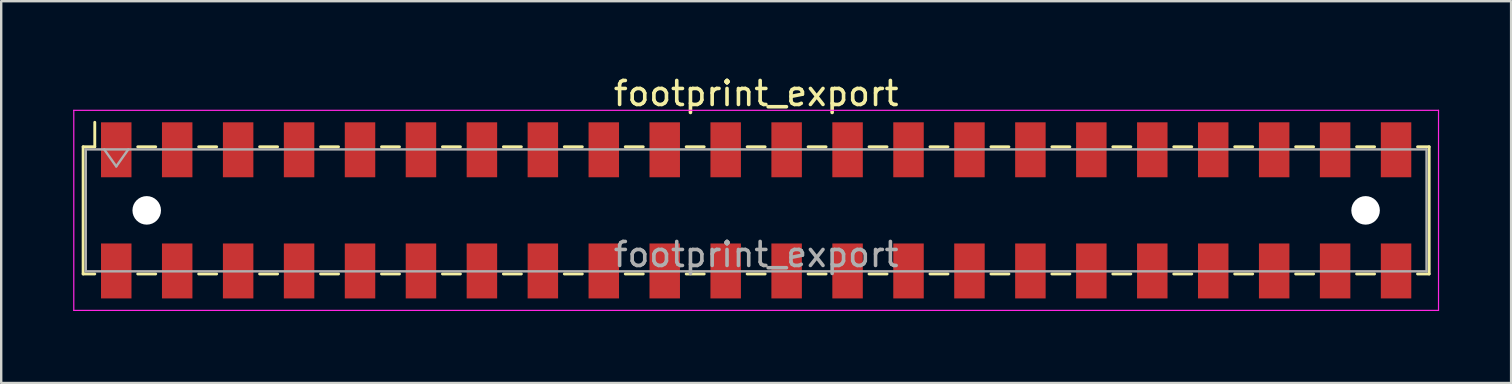
<source format=kicad_pcb>
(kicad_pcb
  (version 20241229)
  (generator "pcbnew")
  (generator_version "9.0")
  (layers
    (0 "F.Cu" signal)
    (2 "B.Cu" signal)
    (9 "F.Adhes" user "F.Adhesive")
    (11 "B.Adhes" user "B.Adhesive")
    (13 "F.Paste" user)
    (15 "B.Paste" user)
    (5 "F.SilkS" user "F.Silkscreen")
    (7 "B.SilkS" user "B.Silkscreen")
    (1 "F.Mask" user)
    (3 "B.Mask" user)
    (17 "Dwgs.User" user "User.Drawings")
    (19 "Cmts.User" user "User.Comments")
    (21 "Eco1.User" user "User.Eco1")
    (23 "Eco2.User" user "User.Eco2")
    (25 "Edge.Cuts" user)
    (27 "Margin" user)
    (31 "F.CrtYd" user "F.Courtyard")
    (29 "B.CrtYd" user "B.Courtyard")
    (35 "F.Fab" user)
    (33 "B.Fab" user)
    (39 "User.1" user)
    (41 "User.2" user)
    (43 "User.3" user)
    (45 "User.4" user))
  (footprint "footprint_export"
    (layer "F.Cu")
    (at 28.465 5.718)
    (property "Reference" "footprint_export" (at 0 -4.87 0) (layer "F.SilkS") (effects (font (size 1 1) (thickness 0.15))))
    (attr smd)
    (fp_line (start -28.05 -2.65) (end -28.05 2.65) (stroke (width 0.12) (type solid)) (layer "F.SilkS"))
    (fp_line (start -28.05 2.65) (end -27.565 2.65) (stroke (width 0.12) (type solid)) (layer "F.SilkS"))
    (fp_line (start -27.565 -3.67) (end -27.565 -2.65) (stroke (width 0.12) (type solid)) (layer "F.SilkS"))
    (fp_line (start -27.565 -2.65) (end -28.05 -2.65) (stroke (width 0.12) (type solid)) (layer "F.SilkS"))
    (fp_line (start -25.775 -2.65) (end -25.025 -2.65) (stroke (width 0.12) (type solid)) (layer "F.SilkS"))
    (fp_line (start -25.775 2.65) (end -25.025 2.65) (stroke (width 0.12) (type solid)) (layer "F.SilkS"))
    (fp_line (start -23.235 -2.65) (end -22.485 -2.65) (stroke (width 0.12) (type solid)) (layer "F.SilkS"))
    (fp_line (start -23.235 2.65) (end -22.485 2.65) (stroke (width 0.12) (type solid)) (layer "F.SilkS"))
    (fp_line (start -20.695 -2.65) (end -19.945 -2.65) (stroke (width 0.12) (type solid)) (layer "F.SilkS"))
    (fp_line (start -20.695 2.65) (end -19.945 2.65) (stroke (width 0.12) (type solid)) (layer "F.SilkS"))
    (fp_line (start -18.155 -2.65) (end -17.405 -2.65) (stroke (width 0.12) (type solid)) (layer "F.SilkS"))
    (fp_line (start -18.155 2.65) (end -17.405 2.65) (stroke (width 0.12) (type solid)) (layer "F.SilkS"))
    (fp_line (start -15.615 -2.65) (end -14.865 -2.65) (stroke (width 0.12) (type solid)) (layer "F.SilkS"))
    (fp_line (start -15.615 2.65) (end -14.865 2.65) (stroke (width 0.12) (type solid)) (layer "F.SilkS"))
    (fp_line (start -13.075 -2.65) (end -12.325 -2.65) (stroke (width 0.12) (type solid)) (layer "F.SilkS"))
    (fp_line (start -13.075 2.65) (end -12.325 2.65) (stroke (width 0.12) (type solid)) (layer "F.SilkS"))
    (fp_line (start -10.535 -2.65) (end -9.785 -2.65) (stroke (width 0.12) (type solid)) (layer "F.SilkS"))
    (fp_line (start -10.535 2.65) (end -9.785 2.65) (stroke (width 0.12) (type solid)) (layer "F.SilkS"))
    (fp_line (start -7.995 -2.65) (end -7.245 -2.65) (stroke (width 0.12) (type solid)) (layer "F.SilkS"))
    (fp_line (start -7.995 2.65) (end -7.245 2.65) (stroke (width 0.12) (type solid)) (layer "F.SilkS"))
    (fp_line (start -5.455 -2.65) (end -4.705 -2.65) (stroke (width 0.12) (type solid)) (layer "F.SilkS"))
    (fp_line (start -5.455 2.65) (end -4.705 2.65) (stroke (width 0.12) (type solid)) (layer "F.SilkS"))
    (fp_line (start -2.915 -2.65) (end -2.165 -2.65) (stroke (width 0.12) (type solid)) (layer "F.SilkS"))
    (fp_line (start -2.915 2.65) (end -2.165 2.65) (stroke (width 0.12) (type solid)) (layer "F.SilkS"))
    (fp_line (start -0.375 -2.65) (end 0.375 -2.65) (stroke (width 0.12) (type solid)) (layer "F.SilkS"))
    (fp_line (start -0.375 2.65) (end 0.375 2.65) (stroke (width 0.12) (type solid)) (layer "F.SilkS"))
    (fp_line (start 2.165 -2.65) (end 2.915 -2.65) (stroke (width 0.12) (type solid)) (layer "F.SilkS"))
    (fp_line (start 2.165 2.65) (end 2.915 2.65) (stroke (width 0.12) (type solid)) (layer "F.SilkS"))
    (fp_line (start 4.705 -2.65) (end 5.455 -2.65) (stroke (width 0.12) (type solid)) (layer "F.SilkS"))
    (fp_line (start 4.705 2.65) (end 5.455 2.65) (stroke (width 0.12) (type solid)) (layer "F.SilkS"))
    (fp_line (start 7.245 -2.65) (end 7.995 -2.65) (stroke (width 0.12) (type solid)) (layer "F.SilkS"))
    (fp_line (start 7.245 2.65) (end 7.995 2.65) (stroke (width 0.12) (type solid)) (layer "F.SilkS"))
    (fp_line (start 9.785 -2.65) (end 10.535 -2.65) (stroke (width 0.12) (type solid)) (layer "F.SilkS"))
    (fp_line (start 9.785 2.65) (end 10.535 2.65) (stroke (width 0.12) (type solid)) (layer "F.SilkS"))
    (fp_line (start 12.325 -2.65) (end 13.075 -2.65) (stroke (width 0.12) (type solid)) (layer "F.SilkS"))
    (fp_line (start 12.325 2.65) (end 13.075 2.65) (stroke (width 0.12) (type solid)) (layer "F.SilkS"))
    (fp_line (start 14.865 -2.65) (end 15.615 -2.65) (stroke (width 0.12) (type solid)) (layer "F.SilkS"))
    (fp_line (start 14.865 2.65) (end 15.615 2.65) (stroke (width 0.12) (type solid)) (layer "F.SilkS"))
    (fp_line (start 17.405 -2.65) (end 18.155 -2.65) (stroke (width 0.12) (type solid)) (layer "F.SilkS"))
    (fp_line (start 17.405 2.65) (end 18.155 2.65) (stroke (width 0.12) (type solid)) (layer "F.SilkS"))
    (fp_line (start 19.945 -2.65) (end 20.695 -2.65) (stroke (width 0.12) (type solid)) (layer "F.SilkS"))
    (fp_line (start 19.945 2.65) (end 20.695 2.65) (stroke (width 0.12) (type solid)) (layer "F.SilkS"))
    (fp_line (start 22.485 -2.65) (end 23.235 -2.65) (stroke (width 0.12) (type solid)) (layer "F.SilkS"))
    (fp_line (start 22.485 2.65) (end 23.235 2.65) (stroke (width 0.12) (type solid)) (layer "F.SilkS"))
    (fp_line (start 25.025 -2.65) (end 25.775 -2.65) (stroke (width 0.12) (type solid)) (layer "F.SilkS"))
    (fp_line (start 25.025 2.65) (end 25.775 2.65) (stroke (width 0.12) (type solid)) (layer "F.SilkS"))
    (fp_line (start 27.565 -2.65) (end 28.05 -2.65) (stroke (width 0.12) (type solid)) (layer "F.SilkS"))
    (fp_line (start 28.05 -2.65) (end 28.05 2.65) (stroke (width 0.12) (type solid)) (layer "F.SilkS"))
    (fp_line (start 28.05 2.65) (end 27.565 2.65) (stroke (width 0.12) (type solid)) (layer "F.SilkS"))
    (fp_line (start -28.44 -4.17) (end 28.44 -4.17) (stroke (width 0.05) (type solid)) (layer "F.CrtYd"))
    (fp_line (start -28.44 4.17) (end -28.44 -4.17) (stroke (width 0.05) (type solid)) (layer "F.CrtYd"))
    (fp_line (start 28.44 -4.17) (end 28.44 4.17) (stroke (width 0.05) (type solid)) (layer "F.CrtYd"))
    (fp_line (start 28.44 4.17) (end -28.44 4.17) (stroke (width 0.05) (type solid)) (layer "F.CrtYd"))
    (fp_line (start -27.94 -2.54) (end 27.94 -2.54) (stroke (width 0.1) (type solid)) (layer "F.Fab"))
    (fp_line (start -27.94 2.54) (end -27.94 -2.54) (stroke (width 0.1) (type solid)) (layer "F.Fab"))
    (fp_line (start -27.17 -2.54) (end -26.67 -1.833) (stroke (width 0.1) (type solid)) (layer "F.Fab"))
    (fp_line (start -26.67 -1.833) (end -26.17 -2.54) (stroke (width 0.1) (type solid)) (layer "F.Fab"))
    (fp_line (start 27.94 -2.54) (end 27.94 2.54) (stroke (width 0.1) (type solid)) (layer "F.Fab"))
    (fp_line (start 27.94 2.54) (end -27.94 2.54) (stroke (width 0.1) (type solid)) (layer "F.Fab"))
    (fp_text user "${REFERENCE}" (at 0 1.84 0) (layer "F.Fab") (effects (font (size 1 1) (thickness 0.15))))
    (pad "" np_thru_hole circle (at -25.4 0) (size 1.19 1.19) (drill 1.19) (layers "*.Cu" "*.Mask"))
    (pad "" np_thru_hole circle (at 25.4 0) (size 1.19 1.19) (drill 1.19) (layers "*.Cu" "*.Mask"))
    (pad "1" smd rect (at -26.67 -2.525) (size 1.27 2.29) (layers "F.Cu" "F.Mask" "F.Paste"))
    (pad "2" smd rect (at -26.67 2.525) (size 1.27 2.29) (layers "F.Cu" "F.Mask" "F.Paste"))
    (pad "3" smd rect (at -24.13 -2.525) (size 1.27 2.29) (layers "F.Cu" "F.Mask" "F.Paste"))
    (pad "4" smd rect (at -24.13 2.525) (size 1.27 2.29) (layers "F.Cu" "F.Mask" "F.Paste"))
    (pad "5" smd rect (at -21.59 -2.525) (size 1.27 2.29) (layers "F.Cu" "F.Mask" "F.Paste"))
    (pad "6" smd rect (at -21.59 2.525) (size 1.27 2.29) (layers "F.Cu" "F.Mask" "F.Paste"))
    (pad "7" smd rect (at -19.05 -2.525) (size 1.27 2.29) (layers "F.Cu" "F.Mask" "F.Paste"))
    (pad "8" smd rect (at -19.05 2.525) (size 1.27 2.29) (layers "F.Cu" "F.Mask" "F.Paste"))
    (pad "9" smd rect (at -16.51 -2.525) (size 1.27 2.29) (layers "F.Cu" "F.Mask" "F.Paste"))
    (pad "10" smd rect (at -16.51 2.525) (size 1.27 2.29) (layers "F.Cu" "F.Mask" "F.Paste"))
    (pad "11" smd rect (at -13.97 -2.525) (size 1.27 2.29) (layers "F.Cu" "F.Mask" "F.Paste"))
    (pad "12" smd rect (at -13.97 2.525) (size 1.27 2.29) (layers "F.Cu" "F.Mask" "F.Paste"))
    (pad "13" smd rect (at -11.43 -2.525) (size 1.27 2.29) (layers "F.Cu" "F.Mask" "F.Paste"))
    (pad "14" smd rect (at -11.43 2.525) (size 1.27 2.29) (layers "F.Cu" "F.Mask" "F.Paste"))
    (pad "15" smd rect (at -8.89 -2.525) (size 1.27 2.29) (layers "F.Cu" "F.Mask" "F.Paste"))
    (pad "16" smd rect (at -8.89 2.525) (size 1.27 2.29) (layers "F.Cu" "F.Mask" "F.Paste"))
    (pad "17" smd rect (at -6.35 -2.525) (size 1.27 2.29) (layers "F.Cu" "F.Mask" "F.Paste"))
    (pad "18" smd rect (at -6.35 2.525) (size 1.27 2.29) (layers "F.Cu" "F.Mask" "F.Paste"))
    (pad "19" smd rect (at -3.81 -2.525) (size 1.27 2.29) (layers "F.Cu" "F.Mask" "F.Paste"))
    (pad "20" smd rect (at -3.81 2.525) (size 1.27 2.29) (layers "F.Cu" "F.Mask" "F.Paste"))
    (pad "21" smd rect (at -1.27 -2.525) (size 1.27 2.29) (layers "F.Cu" "F.Mask" "F.Paste"))
    (pad "22" smd rect (at -1.27 2.525) (size 1.27 2.29) (layers "F.Cu" "F.Mask" "F.Paste"))
    (pad "23" smd rect (at 1.27 -2.525) (size 1.27 2.29) (layers "F.Cu" "F.Mask" "F.Paste"))
    (pad "24" smd rect (at 1.27 2.525) (size 1.27 2.29) (layers "F.Cu" "F.Mask" "F.Paste"))
    (pad "25" smd rect (at 3.81 -2.525) (size 1.27 2.29) (layers "F.Cu" "F.Mask" "F.Paste"))
    (pad "26" smd rect (at 3.81 2.525) (size 1.27 2.29) (layers "F.Cu" "F.Mask" "F.Paste"))
    (pad "27" smd rect (at 6.35 -2.525) (size 1.27 2.29) (layers "F.Cu" "F.Mask" "F.Paste"))
    (pad "28" smd rect (at 6.35 2.525) (size 1.27 2.29) (layers "F.Cu" "F.Mask" "F.Paste"))
    (pad "29" smd rect (at 8.89 -2.525) (size 1.27 2.29) (layers "F.Cu" "F.Mask" "F.Paste"))
    (pad "30" smd rect (at 8.89 2.525) (size 1.27 2.29) (layers "F.Cu" "F.Mask" "F.Paste"))
    (pad "31" smd rect (at 11.43 -2.525) (size 1.27 2.29) (layers "F.Cu" "F.Mask" "F.Paste"))
    (pad "32" smd rect (at 11.43 2.525) (size 1.27 2.29) (layers "F.Cu" "F.Mask" "F.Paste"))
    (pad "33" smd rect (at 13.97 -2.525) (size 1.27 2.29) (layers "F.Cu" "F.Mask" "F.Paste"))
    (pad "34" smd rect (at 13.97 2.525) (size 1.27 2.29) (layers "F.Cu" "F.Mask" "F.Paste"))
    (pad "35" smd rect (at 16.51 -2.525) (size 1.27 2.29) (layers "F.Cu" "F.Mask" "F.Paste"))
    (pad "36" smd rect (at 16.51 2.525) (size 1.27 2.29) (layers "F.Cu" "F.Mask" "F.Paste"))
    (pad "37" smd rect (at 19.05 -2.525) (size 1.27 2.29) (layers "F.Cu" "F.Mask" "F.Paste"))
    (pad "38" smd rect (at 19.05 2.525) (size 1.27 2.29) (layers "F.Cu" "F.Mask" "F.Paste"))
    (pad "39" smd rect (at 21.59 -2.525) (size 1.27 2.29) (layers "F.Cu" "F.Mask" "F.Paste"))
    (pad "40" smd rect (at 21.59 2.525) (size 1.27 2.29) (layers "F.Cu" "F.Mask" "F.Paste"))
    (pad "41" smd rect (at 24.13 -2.525) (size 1.27 2.29) (layers "F.Cu" "F.Mask" "F.Paste"))
    (pad "42" smd rect (at 24.13 2.525) (size 1.27 2.29) (layers "F.Cu" "F.Mask" "F.Paste"))
    (pad "43" smd rect (at 26.67 -2.525) (size 1.27 2.29) (layers "F.Cu" "F.Mask" "F.Paste"))
    (pad "44" smd rect (at 26.67 2.525) (size 1.27 2.29) (layers "F.Cu" "F.Mask" "F.Paste")))
  (gr_rect
    (start -3 -3)
    (end 59.93 12.913)
    (stroke (width 0.1) (type default))
    (fill no)
    (layer "Edge.Cuts")))
</source>
